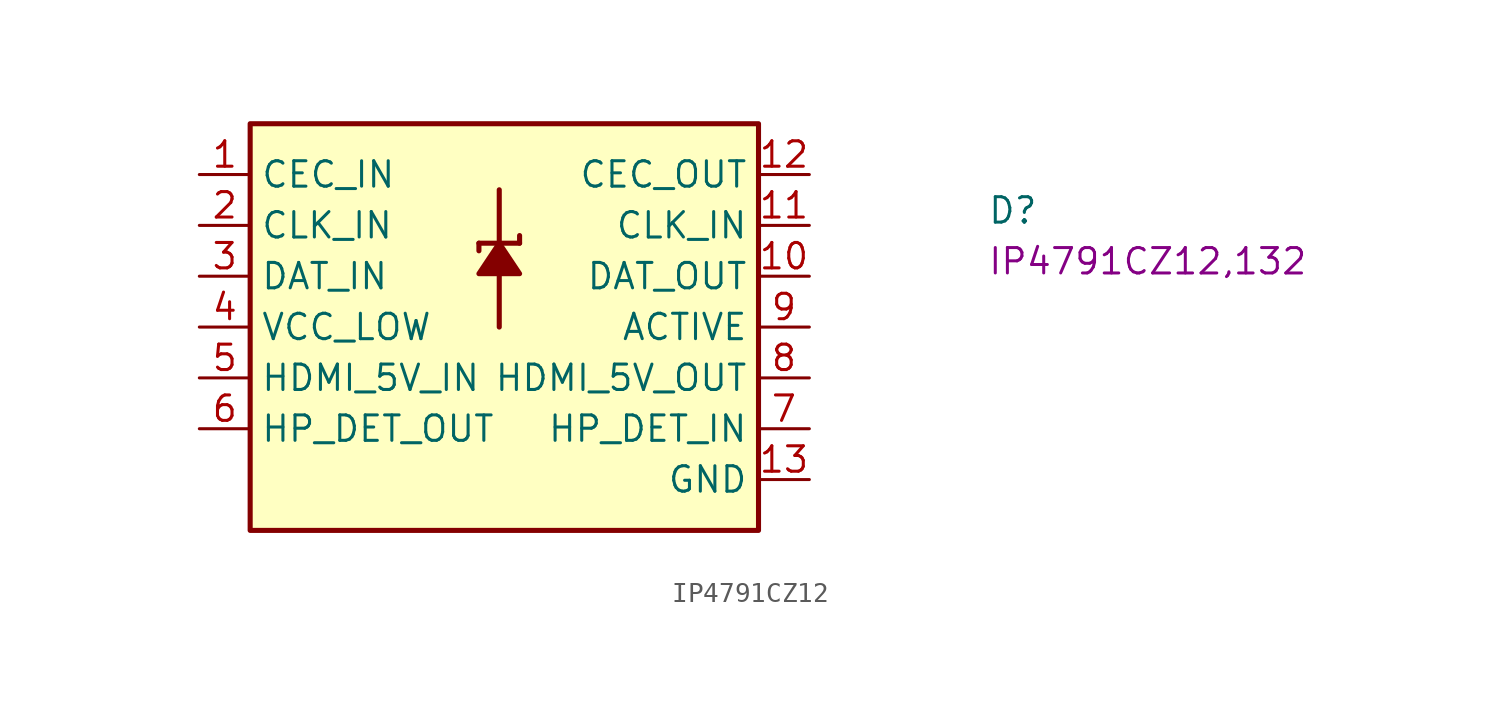
<source format=kicad_sym>
(kicad_symbol_lib
  (version 20220914)
  (generator kicad_symbol_editor)
  (symbol "IP4791CZ12"
    (property "Reference" "D"
      (at 39.37 -2.54 0)
      (effects (font (size 1.27 1.27) (thickness 0.15)) (justify left bottom)))
    (property "MPN" "IP4791CZ12,132"
      (at 39.37 -5.08 0)
      (effects (font (size 1.27 1.27) (thickness 0.15)) (justify left bottom)))
    (symbol "IP4791CZ12_1_1"
      (polyline (pts (xy 13.97 -3.81) (xy 13.97 -3.429)) (stroke (width 0.254) (type default)) (fill (type none)))
      (polyline (pts (xy 14.986 -5.08) (xy 14.986 -7.62)) (stroke (width 0.254) (type default)) (fill (type none)))
      (polyline (pts (xy 14.986 -3.302) (xy 14.986 -0.762)) (stroke (width 0.254) (type default)) (fill (type none)))
      (polyline (pts (xy 16.002 -3.429) (xy 13.97 -3.429)) (stroke (width 0.254) (type default)) (fill (type none)))
      (polyline (pts (xy 16.002 -3.429) (xy 16.002 -3.048)) (stroke (width 0.254) (type default)) (fill (type none)))
      (polyline (pts (xy 16.002 -4.953) (xy 13.97 -4.953) (xy 14.986 -3.429) (xy 16.002 -4.953)) (stroke (width 0.254) (type default)) (fill (type outline)))
      (rectangle (start 2.54 2.54) (end 27.94 -17.78) (stroke (width 0.254) (type default)) (fill (type background)))
      (pin input line (at 0 0 0) (length 2.54) (name "CEC_IN" (effects (font (size 1.27 1.27)))) (number "1" (effects (font (size 1.27 1.27)))))
      (pin output line (at 30.48 -5.08 180) (length 2.54) (name "DAT_OUT" (effects (font (size 1.27 1.27)))) (number "10" (effects (font (size 1.27 1.27)))))
      (pin output line (at 30.48 -2.54 180) (length 2.54) (name "CLK_IN" (effects (font (size 1.27 1.27)))) (number "11" (effects (font (size 1.27 1.27)))))
      (pin output line (at 30.48 0 180) (length 2.54) (name "CEC_OUT" (effects (font (size 1.27 1.27)))) (number "12" (effects (font (size 1.27 1.27)))))
      (pin power_in line (at 30.48 -15.24 180) (length 2.54) (name "GND" (effects (font (size 1.27 1.27)))) (number "13" (effects (font (size 1.27 1.27)))))
      (pin input line (at 0 -2.54 0) (length 2.54) (name "CLK_IN" (effects (font (size 1.27 1.27)))) (number "2" (effects (font (size 1.27 1.27)))))
      (pin input line (at 0 -5.08 0) (length 2.54) (name "DAT_IN" (effects (font (size 1.27 1.27)))) (number "3" (effects (font (size 1.27 1.27)))))
      (pin input line (at 0 -7.62 0) (length 2.54) (name "VCC_LOW" (effects (font (size 1.27 1.27)))) (number "4" (effects (font (size 1.27 1.27)))))
      (pin input line (at 0 -10.16 0) (length 2.54) (name "HDMI_5V_IN" (effects (font (size 1.27 1.27)))) (number "5" (effects (font (size 1.27 1.27)))))
      (pin output line (at 0 -12.7 0) (length 2.54) (name "HP_DET_OUT" (effects (font (size 1.27 1.27)))) (number "6" (effects (font (size 1.27 1.27)))))
      (pin output line (at 30.48 -12.7 180) (length 2.54) (name "HP_DET_IN" (effects (font (size 1.27 1.27)))) (number "7" (effects (font (size 1.27 1.27)))))
      (pin output line (at 30.48 -10.16 180) (length 2.54) (name "HDMI_5V_OUT" (effects (font (size 1.27 1.27)))) (number "8" (effects (font (size 1.27 1.27)))))
      (pin output line (at 30.48 -7.62 180) (length 2.54) (name "ACTIVE" (effects (font (size 1.27 1.27)))) (number "9" (effects (font (size 1.27 1.27))))))))
</source>
